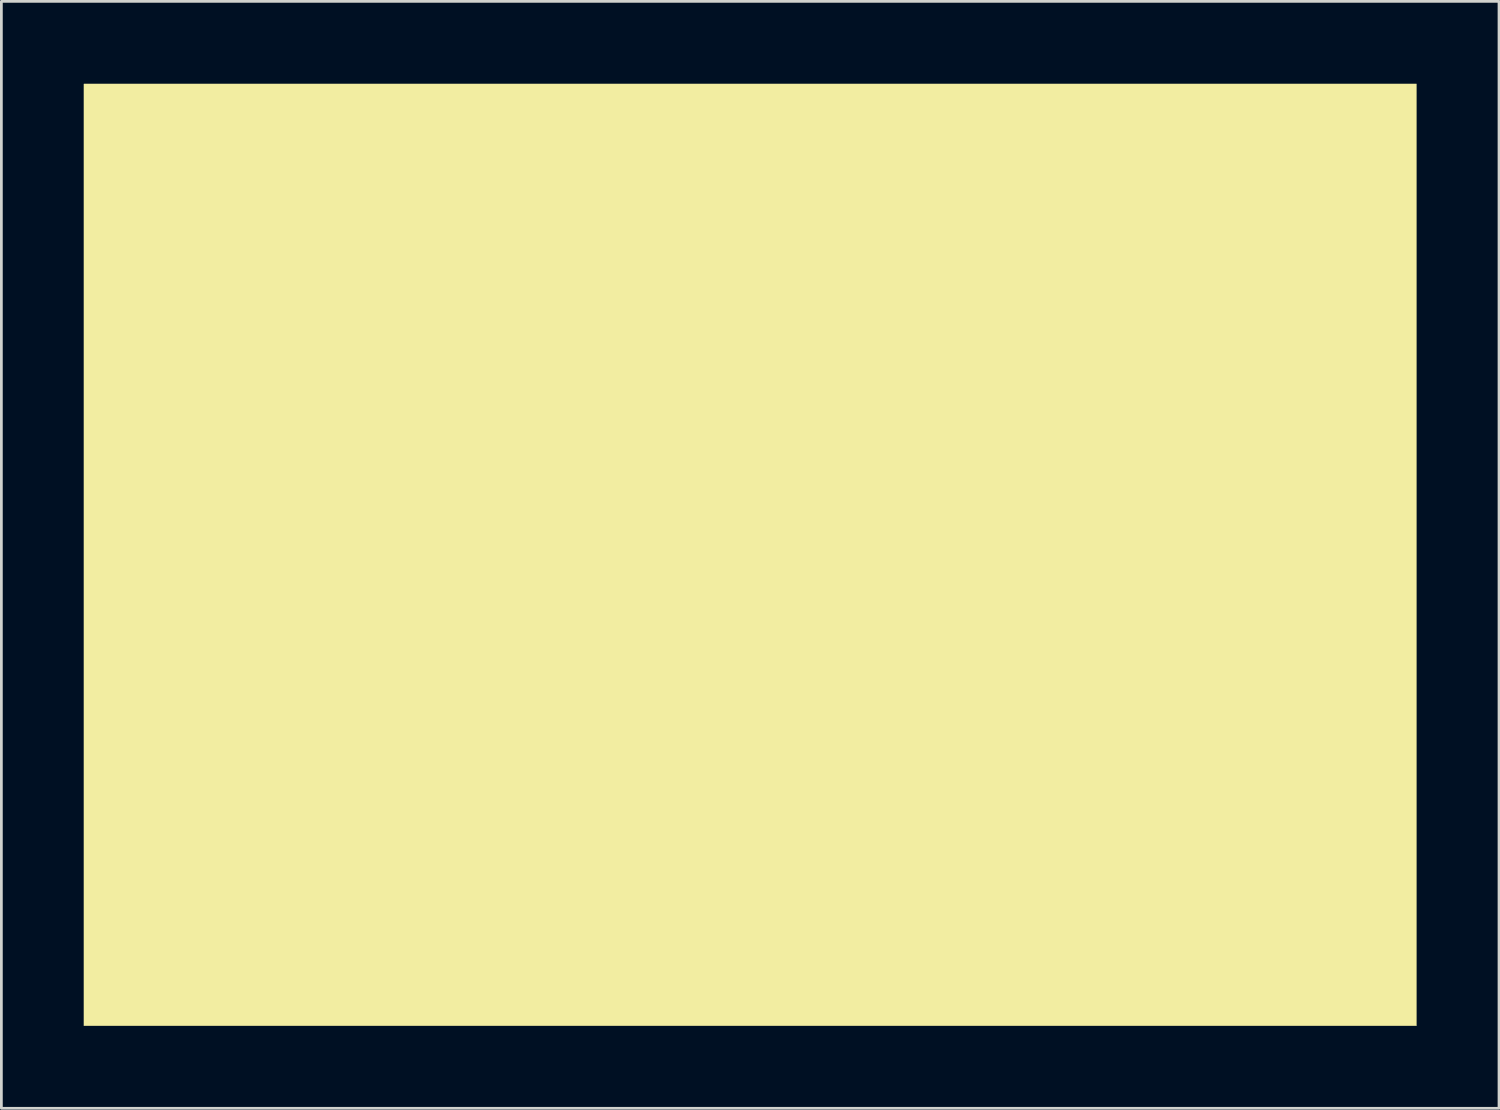
<source format=kicad_pcb>
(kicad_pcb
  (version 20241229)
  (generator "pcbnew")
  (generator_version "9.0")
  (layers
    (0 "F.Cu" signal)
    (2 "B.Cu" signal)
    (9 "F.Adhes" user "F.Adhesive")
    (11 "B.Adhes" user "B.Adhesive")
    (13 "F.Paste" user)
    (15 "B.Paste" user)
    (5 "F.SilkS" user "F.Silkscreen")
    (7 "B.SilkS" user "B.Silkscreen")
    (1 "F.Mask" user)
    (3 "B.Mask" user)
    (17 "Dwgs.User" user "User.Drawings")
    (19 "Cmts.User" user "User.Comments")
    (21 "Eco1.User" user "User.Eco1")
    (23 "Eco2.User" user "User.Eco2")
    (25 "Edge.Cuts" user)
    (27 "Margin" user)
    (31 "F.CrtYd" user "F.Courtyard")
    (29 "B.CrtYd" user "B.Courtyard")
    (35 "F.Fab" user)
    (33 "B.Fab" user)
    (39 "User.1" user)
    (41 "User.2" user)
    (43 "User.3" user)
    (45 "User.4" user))
  (footprint "logo_MSS"
    (layer "F.Cu")
    (at 24.22 17.108)
    (property "Reference" "logo_MSS" (at 0 0 0) (layer "F.SilkS") (effects (font (size 1.524 1.524) (thickness 0.3))))
    (attr through_hole)
    (fp_poly (pts (xy 24.299 17.187) (xy -24.215 17.187) (xy -24.215 -17.103) (xy 24.299 -17.103) (xy 24.299 17.187)) (stroke (width 0.01) (type solid)) (fill yes) (layer "F.SilkS")))
  (gr_rect
    (start -3 -3)
    (end 51.524 37.3)
    (stroke (width 0.1) (type default))
    (fill no)
    (layer "Edge.Cuts")))
</source>
